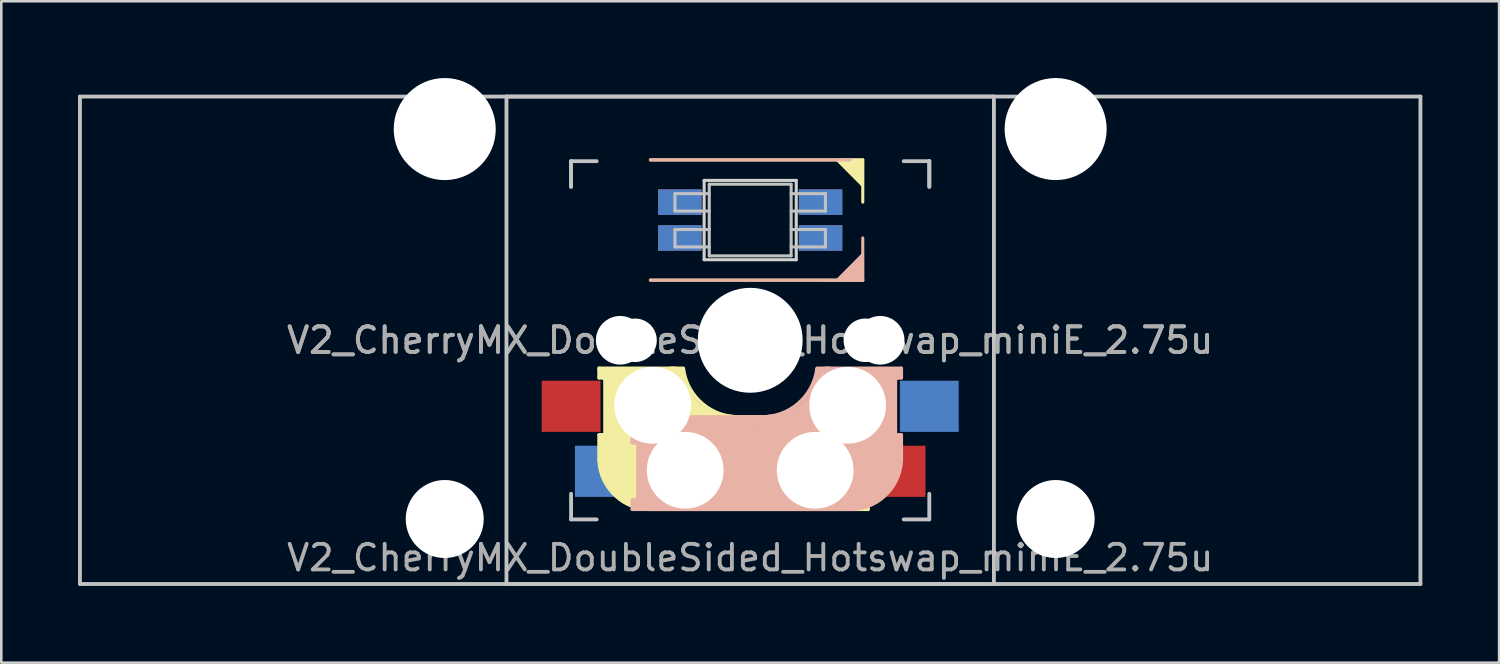
<source format=kicad_pcb>
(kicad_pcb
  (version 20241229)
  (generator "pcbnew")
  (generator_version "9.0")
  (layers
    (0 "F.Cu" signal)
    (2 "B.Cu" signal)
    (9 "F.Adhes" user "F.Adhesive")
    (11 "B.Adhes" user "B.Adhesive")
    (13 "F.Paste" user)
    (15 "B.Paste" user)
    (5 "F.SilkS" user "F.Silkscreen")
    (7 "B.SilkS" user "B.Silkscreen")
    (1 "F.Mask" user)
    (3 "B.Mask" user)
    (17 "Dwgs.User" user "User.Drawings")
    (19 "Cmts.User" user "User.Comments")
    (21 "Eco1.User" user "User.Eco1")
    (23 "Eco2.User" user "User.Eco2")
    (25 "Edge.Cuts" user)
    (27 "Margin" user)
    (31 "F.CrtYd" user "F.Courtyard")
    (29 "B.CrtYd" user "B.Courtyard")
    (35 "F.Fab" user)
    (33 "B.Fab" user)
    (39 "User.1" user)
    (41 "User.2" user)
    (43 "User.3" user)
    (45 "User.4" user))
  (footprint "V2_CherryMX_DoubleSided_Hotswap_miniE_2.75u"
    (layer "F.Cu")
    (at 26.269 10.249)
    (property "Reference" "V2_CherryMX_DoubleSided_Hotswap_miniE_2.75u" (at 0 8.5 0) (layer "F.Fab") (effects (font (size 1 1) (thickness 0.15))))
    (attr through_hole)
    (fp_line (start -5.9 1.1) (end -5.9 1.46) (stroke (width 0.15) (type solid)) (layer "F.SilkS"))
    (fp_line (start -5.9 1.1) (end -2.62 1.1) (stroke (width 0.15) (type solid)) (layer "F.SilkS"))
    (fp_line (start -5.9 3.7) (end -5.7 3.7) (stroke (width 0.15) (type solid)) (layer "F.SilkS"))
    (fp_line (start -5.9 4.7) (end -5.9 3.7) (stroke (width 0.15) (type solid)) (layer "F.SilkS"))
    (fp_line (start -5.8 3.8) (end -5.8 4.7) (stroke (width 0.3) (type solid)) (layer "F.SilkS"))
    (fp_line (start -5.7 1.3) (end -3 1.3) (stroke (width 0.5) (type solid)) (layer "F.SilkS"))
    (fp_line (start -5.7 1.46) (end -5.9 1.46) (stroke (width 0.15) (type solid)) (layer "F.SilkS"))
    (fp_line (start -5.67 3.7) (end -5.67 1.46) (stroke (width 0.15) (type solid)) (layer "F.SilkS"))
    (fp_line (start -5.3 1.6) (end -5.3 3.4) (stroke (width 0.8) (type solid)) (layer "F.SilkS"))
    (fp_line (start -4.17 5.1) (end -4.17 2.86) (stroke (width 3) (type solid)) (layer "F.SilkS"))
    (fp_line (start -3.9 -7.052) (end 4.4 -7.052) (stroke (width 0.12) (type solid)) (layer "F.SilkS"))
    (fp_line (start -0.4 3) (end 4.6 3) (stroke (width 0.15) (type solid)) (layer "F.SilkS"))
    (fp_line (start 2.6 4.8) (end -4.1 4.8) (stroke (width 3.5) (type solid)) (layer "F.SilkS"))
    (fp_line (start 3.9 6) (end 3.9 3.5) (stroke (width 1) (type solid)) (layer "F.SilkS"))
    (fp_line (start 4.3 3.3) (end 2.9 3.3) (stroke (width 0.5) (type solid)) (layer "F.SilkS"))
    (fp_line (start 4.38 4) (end 4.38 6.25) (stroke (width 0.15) (type solid)) (layer "F.SilkS"))
    (fp_line (start 4.4 -7.052) (end 4.4 -5.401) (stroke (width 0.12) (type solid)) (layer "F.SilkS"))
    (fp_line (start 4.4 -2.349) (end -3.9 -2.352) (stroke (width 0.12) (type solid)) (layer "F.SilkS"))
    (fp_line (start 4.4 3.9) (end 4.4 3.2) (stroke (width 0.4) (type solid)) (layer "F.SilkS"))
    (fp_line (start 4.4 6.25) (end 4.6 6.25) (stroke (width 0.15) (type solid)) (layer "F.SilkS"))
    (fp_line (start 4.4 6.4) (end 3 6.4) (stroke (width 0.4) (type solid)) (layer "F.SilkS"))
    (fp_line (start 4.6 3) (end 4.6 4) (stroke (width 0.15) (type solid)) (layer "F.SilkS"))
    (fp_line (start 4.6 4) (end 4.4 4) (stroke (width 0.15) (type solid)) (layer "F.SilkS"))
    (fp_line (start 4.6 6.25) (end 4.6 6.6) (stroke (width 0.15) (type solid)) (layer "F.SilkS"))
    (fp_line (start 4.6 6.6) (end -3.8 6.6) (stroke (width 0.15) (type solid)) (layer "F.SilkS"))
    (fp_arc (start -3.8 6.600001) (mid -5.243504 6.084925) (end -5.900001 4.7) (stroke (width 0.15) (type solid)) (layer "F.SilkS"))
    (fp_arc (start -0.8 3.4) (mid -2.268709 2.886118) (end -3.016318 1.521471) (stroke (width 1) (type solid)) (layer "F.SilkS"))
    (fp_arc (start -0.4 3) (mid -1.868709 2.486118) (end -2.616318 1.121471) (stroke (width 0.15) (type solid)) (layer "F.SilkS"))
    (fp_poly (pts (xy 3.392 -7.049) (xy 4.4 -7.052) (xy 4.4 -6.036)) (stroke (width 0.1) (type solid)) (fill yes) (layer "F.SilkS"))
    (fp_line (start -4.6 3) (end -4.6 4) (stroke (width 0.15) (type solid)) (layer "B.SilkS"))
    (fp_line (start -4.6 4) (end -4.4 4) (stroke (width 0.15) (type solid)) (layer "B.SilkS"))
    (fp_line (start -4.6 6.25) (end -4.6 6.6) (stroke (width 0.15) (type solid)) (layer "B.SilkS"))
    (fp_line (start -4.6 6.6) (end 3.8 6.6) (stroke (width 0.15) (type solid)) (layer "B.SilkS"))
    (fp_line (start -4.4 3.9) (end -4.4 3.2) (stroke (width 0.4) (type solid)) (layer "B.SilkS"))
    (fp_line (start -4.4 6.25) (end -4.6 6.25) (stroke (width 0.15) (type solid)) (layer "B.SilkS"))
    (fp_line (start -4.4 6.4) (end -3 6.4) (stroke (width 0.4) (type solid)) (layer "B.SilkS"))
    (fp_line (start -4.38 4) (end -4.38 6.25) (stroke (width 0.15) (type solid)) (layer "B.SilkS"))
    (fp_line (start -4.3 3.3) (end -2.9 3.3) (stroke (width 0.5) (type solid)) (layer "B.SilkS"))
    (fp_line (start -3.9 -2.349) (end 4.4 -2.349) (stroke (width 0.12) (type solid)) (layer "B.SilkS"))
    (fp_line (start -3.9 6) (end -3.9 3.5) (stroke (width 1) (type solid)) (layer "B.SilkS"))
    (fp_line (start -2.6 4.8) (end 4.1 4.8) (stroke (width 3.5) (type solid)) (layer "B.SilkS"))
    (fp_line (start 0.4 3) (end -4.6 3) (stroke (width 0.15) (type solid)) (layer "B.SilkS"))
    (fp_line (start 3.9 -7.049) (end -3.9 -7.049) (stroke (width 0.12) (type solid)) (layer "B.SilkS"))
    (fp_line (start 4.17 5.1) (end 4.17 2.86) (stroke (width 3) (type solid)) (layer "B.SilkS"))
    (fp_line (start 4.4 -2.349) (end 4.4 -4) (stroke (width 0.12) (type solid)) (layer "B.SilkS"))
    (fp_line (start 5.3 1.6) (end 5.3 3.4) (stroke (width 0.8) (type solid)) (layer "B.SilkS"))
    (fp_line (start 5.67 3.7) (end 5.67 1.46) (stroke (width 0.15) (type solid)) (layer "B.SilkS"))
    (fp_line (start 5.7 1.3) (end 3 1.3) (stroke (width 0.5) (type solid)) (layer "B.SilkS"))
    (fp_line (start 5.7 1.46) (end 5.9 1.46) (stroke (width 0.15) (type solid)) (layer "B.SilkS"))
    (fp_line (start 5.8 3.8) (end 5.8 4.7) (stroke (width 0.3) (type solid)) (layer "B.SilkS"))
    (fp_line (start 5.9 1.1) (end 2.62 1.1) (stroke (width 0.15) (type solid)) (layer "B.SilkS"))
    (fp_line (start 5.9 1.1) (end 5.9 1.46) (stroke (width 0.15) (type solid)) (layer "B.SilkS"))
    (fp_line (start 5.9 3.7) (end 5.7 3.7) (stroke (width 0.15) (type solid)) (layer "B.SilkS"))
    (fp_line (start 5.9 4.7) (end 5.9 3.7) (stroke (width 0.15) (type solid)) (layer "B.SilkS"))
    (fp_arc (start 2.616318 1.121471) (mid 1.868709 2.486118) (end 0.4 3) (stroke (width 0.15) (type solid)) (layer "B.SilkS"))
    (fp_arc (start 3.016318 1.521471) (mid 2.268709 2.886118) (end 0.8 3.4) (stroke (width 1) (type solid)) (layer "B.SilkS"))
    (fp_arc (start 5.9 4.699999) (mid 5.243504 6.084924) (end 3.800001 6.6) (stroke (width 0.15) (type solid)) (layer "B.SilkS"))
    (fp_poly (pts (xy 4.4 -3.365) (xy 4.4 -2.349) (xy 3.392 -2.349)) (stroke (width 0.1) (type solid)) (fill yes) (layer "B.SilkS"))
    (fp_line (start -26.194 -9.525) (end 26.194 -9.525) (stroke (width 0.15) (type solid)) (layer "Dwgs.User"))
    (fp_line (start -26.194 9.525) (end -26.194 -9.525) (stroke (width 0.15) (type solid)) (layer "Dwgs.User"))
    (fp_line (start -9.525 -9.525) (end 9.525 -9.525) (stroke (width 0.15) (type solid)) (layer "Dwgs.User"))
    (fp_line (start -9.525 9.525) (end -9.525 -9.525) (stroke (width 0.15) (type solid)) (layer "Dwgs.User"))
    (fp_line (start -7 -7) (end -7 -6) (stroke (width 0.15) (type solid)) (layer "Dwgs.User"))
    (fp_line (start -7 -7) (end -6 -7) (stroke (width 0.15) (type solid)) (layer "Dwgs.User"))
    (fp_line (start -7 -6) (end -7 -7) (stroke (width 0.15) (type solid)) (layer "Dwgs.User"))
    (fp_line (start -7 7) (end -7 6) (stroke (width 0.15) (type solid)) (layer "Dwgs.User"))
    (fp_line (start -7 7) (end -6 7) (stroke (width 0.15) (type solid)) (layer "Dwgs.User"))
    (fp_line (start -2.94 -5.729) (end -2.94 -5.049) (stroke (width 0.12) (type solid)) (layer "Dwgs.User"))
    (fp_line (start -2.94 -5.049) (end -1.6 -5.049) (stroke (width 0.12) (type solid)) (layer "Dwgs.User"))
    (fp_line (start -2.94 -4.329) (end -2.94 -3.649) (stroke (width 0.12) (type solid)) (layer "Dwgs.User"))
    (fp_line (start -2.94 -3.649) (end -1.6 -3.649) (stroke (width 0.12) (type solid)) (layer "Dwgs.User"))
    (fp_line (start -1.6 -5.729) (end -2.94 -5.729) (stroke (width 0.12) (type solid)) (layer "Dwgs.User"))
    (fp_line (start -1.6 -4.329) (end -2.94 -4.329) (stroke (width 0.12) (type solid)) (layer "Dwgs.User"))
    (fp_line (start -1.6 -3.299) (end -1.6 -6.099) (stroke (width 0.12) (type solid)) (layer "Dwgs.User"))
    (fp_line (start 1.6 -6.099) (end -1.6 -6.099) (stroke (width 0.12) (type solid)) (layer "Dwgs.User"))
    (fp_line (start 1.6 -5.049) (end 2.94 -5.049) (stroke (width 0.12) (type solid)) (layer "Dwgs.User"))
    (fp_line (start 1.6 -3.649) (end 2.94 -3.649) (stroke (width 0.12) (type solid)) (layer "Dwgs.User"))
    (fp_line (start 1.6 -3.299) (end -1.6 -3.299) (stroke (width 0.12) (type solid)) (layer "Dwgs.User"))
    (fp_line (start 1.6 -3.299) (end 1.6 -6.099) (stroke (width 0.12) (type solid)) (layer "Dwgs.User"))
    (fp_line (start 2.94 -5.729) (end 1.6 -5.729) (stroke (width 0.12) (type solid)) (layer "Dwgs.User"))
    (fp_line (start 2.94 -5.049) (end 2.94 -5.729) (stroke (width 0.12) (type solid)) (layer "Dwgs.User"))
    (fp_line (start 2.94 -4.329) (end 1.6 -4.329) (stroke (width 0.12) (type solid)) (layer "Dwgs.User"))
    (fp_line (start 2.94 -3.649) (end 2.94 -4.329) (stroke (width 0.12) (type solid)) (layer "Dwgs.User"))
    (fp_line (start 7 -7) (end 6 -7) (stroke (width 0.15) (type solid)) (layer "Dwgs.User"))
    (fp_line (start 7 -6) (end 7 -7) (stroke (width 0.15) (type solid)) (layer "Dwgs.User"))
    (fp_line (start 7 -6) (end 7 -7) (stroke (width 0.15) (type solid)) (layer "Dwgs.User"))
    (fp_line (start 7 6) (end 7 7) (stroke (width 0.15) (type solid)) (layer "Dwgs.User"))
    (fp_line (start 7 7) (end 6 7) (stroke (width 0.15) (type solid)) (layer "Dwgs.User"))
    (fp_line (start 9.525 -9.525) (end 9.525 9.525) (stroke (width 0.15) (type solid)) (layer "Dwgs.User"))
    (fp_line (start 9.525 9.525) (end -9.525 9.525) (stroke (width 0.15) (type solid)) (layer "Dwgs.User"))
    (fp_line (start 26.194 -9.525) (end 26.194 9.525) (stroke (width 0.15) (type solid)) (layer "Dwgs.User"))
    (fp_line (start 26.194 9.525) (end -26.194 9.525) (stroke (width 0.15) (type solid)) (layer "Dwgs.User"))
    (fp_line (start -1.8 -6.249) (end -1.8 -3.149) (stroke (width 0.12) (type solid)) (layer "Edge.Cuts"))
    (fp_line (start -1.8 -3.149) (end 1.8 -3.149) (stroke (width 0.12) (type solid)) (layer "Edge.Cuts"))
    (fp_line (start 1.8 -6.249) (end -1.8 -6.249) (stroke (width 0.12) (type solid)) (layer "Edge.Cuts"))
    (fp_line (start 1.8 -3.149) (end 1.8 -6.249) (stroke (width 0.12) (type solid)) (layer "Edge.Cuts"))
    (fp_text user "${REFERENCE}" (at 0 0 180) (layer "F.Fab") (effects (font (size 1 1) (thickness 0.15))))
    (fp_text user "${REFERENCE}" (at 0 0 180) (layer "F.Fab") (effects (font (size 1 1) (thickness 0.15))))
    (pad "" np_thru_hole circle (at -11.938 -8.255) (size 3.988 3.988) (drill 3.988) (layers "*.Cu" "*.Mask"))
    (pad "" np_thru_hole circle (at -11.938 6.985) (size 3.048 3.048) (drill 3.048) (layers "*.Cu" "*.Mask"))
    (pad "" np_thru_hole circle (at -5.08 0 180) (size 1.9 1.9) (drill 1.9) (layers "*.Cu" "*.Mask"))
    (pad "" np_thru_hole circle (at -4.5 0 180) (size 1.7 1.7) (drill 1.7) (layers "*.Cu" "*.Mask"))
    (pad "" np_thru_hole circle (at -3.81 2.54) (size 3 3) (drill 3) (layers "*.Cu" "*.Mask"))
    (pad "" np_thru_hole circle (at -2.54 5.08) (size 3 3) (drill 3) (layers "*.Cu" "*.Mask"))
    (pad "" np_thru_hole circle (at 0 0 270) (size 4.1 4.1) (drill 4.1) (layers "*.Cu" "*.Mask"))
    (pad "" np_thru_hole circle (at 2.54 5.08) (size 3 3) (drill 3) (layers "*.Cu" "*.Mask"))
    (pad "" np_thru_hole circle (at 3.81 2.54) (size 3 3) (drill 3) (layers "*.Cu" "*.Mask"))
    (pad "" np_thru_hole circle (at 4.5 0 180) (size 1.7 1.7) (drill 1.7) (layers "*.Cu" "*.Mask"))
    (pad "" np_thru_hole circle (at 5.08 0 180) (size 1.9 1.9) (drill 1.9) (layers "*.Cu" "*.Mask"))
    (pad "" np_thru_hole circle (at 11.938 -8.255) (size 3.988 3.988) (drill 3.988) (layers "*.Cu" "*.Mask"))
    (pad "" np_thru_hole circle (at 11.938 6.985) (size 3.048 3.048) (drill 3.048) (layers "*.Cu" "*.Mask"))
    (pad "1" smd rect (at -2.75 -5.399 180) (size 1.7 1) (layers "B.Cu" "B.Mask" "B.Paste"))
    (pad "1" smd rect (at -2.75 -3.999 180) (size 1.7 1) (layers "F.Cu" "F.Mask" "F.Paste"))
    (pad "2" smd rect (at -2.75 -5.399 180) (size 1.7 1) (layers "F.Cu" "F.Mask" "F.Paste"))
    (pad "2" smd rect (at -2.75 -3.999 180) (size 1.7 1) (layers "B.Cu" "B.Mask" "B.Paste"))
    (pad "3" smd rect (at 2.75 -5.399 180) (size 1.7 1) (layers "F.Cu" "F.Mask" "F.Paste"))
    (pad "3" smd rect (at 2.75 -3.999 180) (size 1.7 1) (layers "B.Cu" "B.Mask" "B.Paste"))
    (pad "4" smd rect (at 2.75 -5.399 180) (size 1.7 1) (layers "B.Cu" "B.Mask" "B.Paste"))
    (pad "4" smd rect (at 2.75 -3.999 180) (size 1.7 1) (layers "F.Cu" "F.Mask" "F.Paste"))
    (pad "5" smd rect (at -5.7 5.12) (size 2.3 2) (layers "B.Cu" "B.Mask" "B.Paste"))
    (pad "5" smd rect (at 5.7 5.12) (size 2.3 2) (layers "F.Cu" "F.Mask" "F.Paste"))
    (pad "6" smd rect (at -7 2.58) (size 2.3 2) (layers "F.Cu" "F.Mask" "F.Paste"))
    (pad "6" smd rect (at 7 2.58) (size 2.3 2) (layers "B.Cu" "B.Mask" "B.Paste")))
  (gr_rect
    (start -3 -3)
    (end 55.538 22.849)
    (stroke (width 0.1) (type default))
    (fill no)
    (layer "Edge.Cuts")))
</source>
